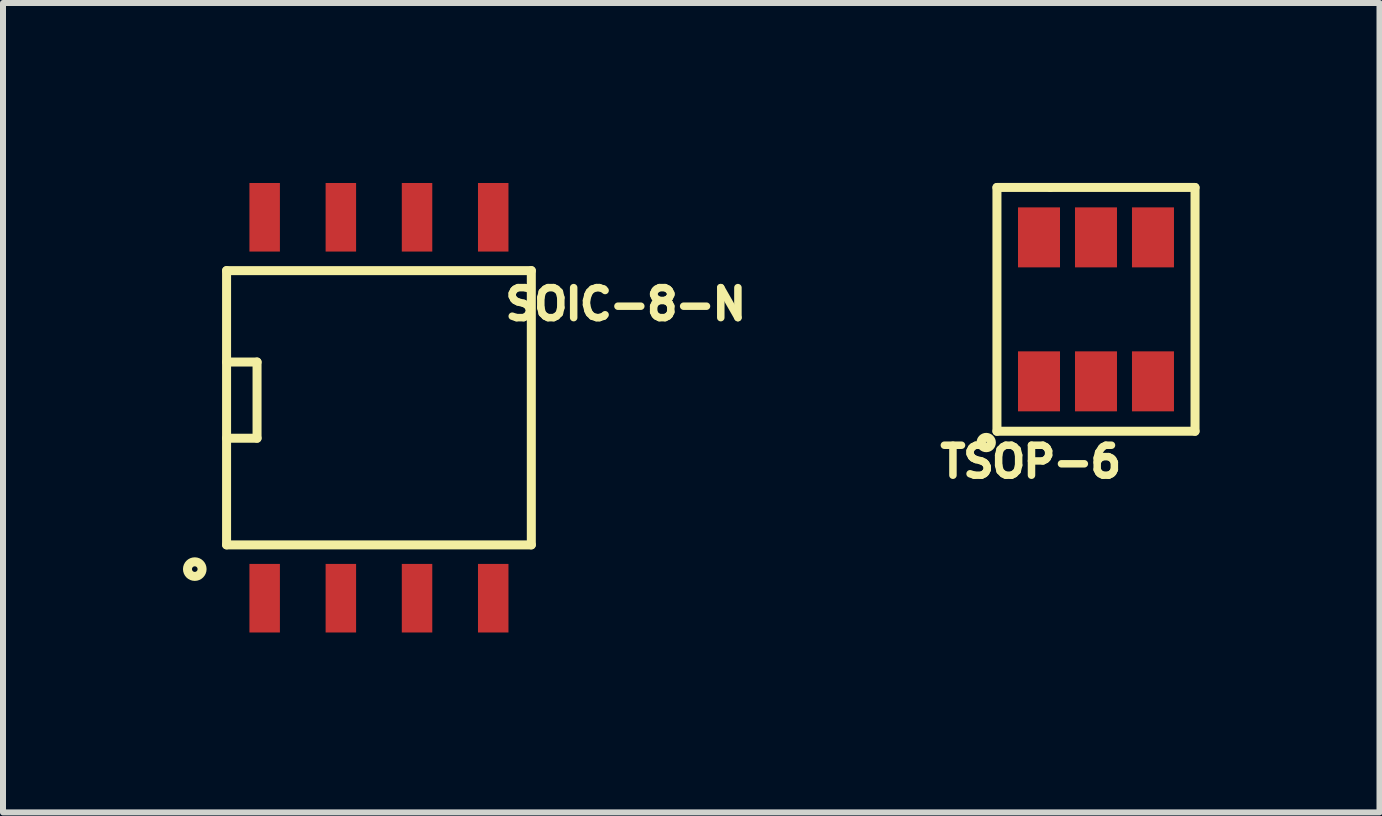
<source format=kicad_pcb>
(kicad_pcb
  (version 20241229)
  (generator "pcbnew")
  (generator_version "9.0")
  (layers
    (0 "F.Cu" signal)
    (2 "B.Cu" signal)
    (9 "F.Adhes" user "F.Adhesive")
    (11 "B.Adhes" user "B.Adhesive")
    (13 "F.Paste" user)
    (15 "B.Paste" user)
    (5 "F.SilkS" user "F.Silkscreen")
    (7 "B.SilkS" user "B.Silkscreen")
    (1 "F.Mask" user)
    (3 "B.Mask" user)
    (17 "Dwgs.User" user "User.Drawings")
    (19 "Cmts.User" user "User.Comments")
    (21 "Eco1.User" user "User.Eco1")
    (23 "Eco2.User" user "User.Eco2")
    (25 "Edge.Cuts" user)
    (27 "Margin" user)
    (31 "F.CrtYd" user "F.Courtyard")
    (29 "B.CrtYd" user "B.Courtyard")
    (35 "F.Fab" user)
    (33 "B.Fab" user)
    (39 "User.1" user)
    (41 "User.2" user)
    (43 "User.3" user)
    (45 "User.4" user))
  (footprint "SOIC-8-N"
    (layer "F.Cu")
    (at 3.267 3.747)
    (property "Reference" "SOIC-8-N" (at 4.115 -1.727 0) (layer "F.SilkS") (effects (font (size 0.5 0.5) (thickness 0.125))))
    (attr smd)
    (fp_line (start -2.54 -2.286) (end 2.54 -2.286) (stroke (width 0.15) (type solid)) (layer "F.SilkS"))
    (fp_line (start -2.54 -0.762) (end -2.032 -0.762) (stroke (width 0.15) (type solid)) (layer "F.SilkS"))
    (fp_line (start -2.54 2.286) (end -2.54 -2.286) (stroke (width 0.15) (type solid)) (layer "F.SilkS"))
    (fp_line (start -2.032 -0.762) (end -2.032 0.508) (stroke (width 0.15) (type solid)) (layer "F.SilkS"))
    (fp_line (start -2.032 0.508) (end -2.54 0.508) (stroke (width 0.15) (type solid)) (layer "F.SilkS"))
    (fp_line (start 2.54 -2.286) (end 2.54 2.286) (stroke (width 0.15) (type solid)) (layer "F.SilkS"))
    (fp_line (start 2.54 2.286) (end -2.54 2.286) (stroke (width 0.15) (type solid)) (layer "F.SilkS"))
    (fp_circle (center -3.07 2.69) (end -2.95 2.71) (stroke (width 0.15) (type solid)) (fill no) (layer "F.SilkS"))
    (pad "1" smd rect (at -1.905 3.175) (size 0.508 1.143) (layers "F.Cu" "F.Mask" "F.Paste"))
    (pad "2" smd rect (at -0.635 3.175) (size 0.508 1.143) (layers "F.Cu" "F.Mask" "F.Paste"))
    (pad "3" smd rect (at 0.635 3.175) (size 0.508 1.143) (layers "F.Cu" "F.Mask" "F.Paste"))
    (pad "4" smd rect (at 1.905 3.175) (size 0.508 1.143) (layers "F.Cu" "F.Mask" "F.Paste"))
    (pad "5" smd rect (at 1.905 -3.175) (size 0.508 1.143) (layers "F.Cu" "F.Mask" "F.Paste"))
    (pad "6" smd rect (at 0.635 -3.175) (size 0.508 1.143) (layers "F.Cu" "F.Mask" "F.Paste"))
    (pad "7" smd rect (at -0.635 -3.175) (size 0.508 1.143) (layers "F.Cu" "F.Mask" "F.Paste"))
    (pad "8" smd rect (at -1.905 -3.175) (size 0.508 1.143) (layers "F.Cu" "F.Mask" "F.Paste")))
  (footprint "TSOP-6"
    (layer "F.Cu")
    (at 15.22 2.107)
    (property "Reference" "TSOP-6" (at -1.087 2.54 0) (layer "F.SilkS") (effects (font (size 0.5 0.5) (thickness 0.125))))
    (attr through_hole)
    (fp_line (start -1.651 -2.032) (end -1.651 2.032) (stroke (width 0.15) (type solid)) (layer "F.SilkS"))
    (fp_line (start -1.651 2.032) (end 1.651 2.032) (stroke (width 0.15) (type solid)) (layer "F.SilkS"))
    (fp_line (start -0.762 -2.032) (end -1.651 -2.032) (stroke (width 0.15) (type solid)) (layer "F.SilkS"))
    (fp_line (start 1.651 -2.032) (end -0.762 -2.032) (stroke (width 0.15) (type solid)) (layer "F.SilkS"))
    (fp_line (start 1.651 2.032) (end 1.651 -2.032) (stroke (width 0.15) (type solid)) (layer "F.SilkS"))
    (fp_circle (center -1.83 2.22) (end -1.76 2.27) (stroke (width 0.15) (type solid)) (fill no) (layer "F.SilkS"))
    (pad "1" smd rect (at -0.95 1.2) (size 0.7 1) (layers "F.Cu" "F.Mask" "F.Paste"))
    (pad "2" smd rect (at 0 1.2) (size 0.7 1) (layers "F.Cu" "F.Mask" "F.Paste"))
    (pad "3" smd rect (at 0.95 1.2) (size 0.7 1) (layers "F.Cu" "F.Mask" "F.Paste"))
    (pad "4" smd rect (at 0.95 -1.2) (size 0.7 1) (layers "F.Cu" "F.Mask" "F.Paste"))
    (pad "5" smd rect (at 0 -1.2) (size 0.7 1) (layers "F.Cu" "F.Mask" "F.Paste"))
    (pad "6" smd rect (at -0.95 -1.2) (size 0.7 1) (layers "F.Cu" "F.Mask" "F.Paste")))
  (gr_rect
    (start -3 -3)
    (end 19.946 10.493)
    (stroke (width 0.1) (type default))
    (fill no)
    (layer "Edge.Cuts")))
</source>
